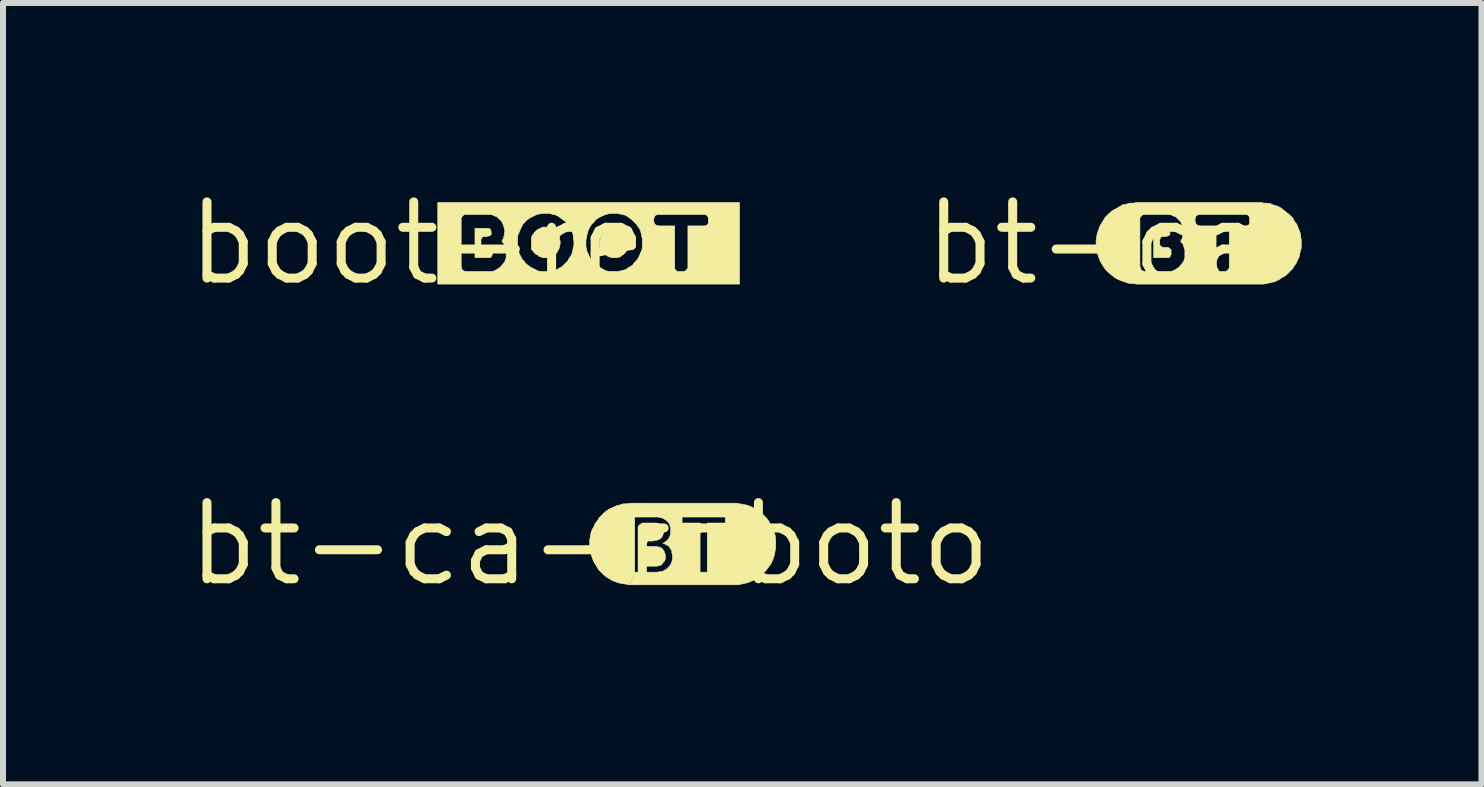
<source format=kicad_pcb>
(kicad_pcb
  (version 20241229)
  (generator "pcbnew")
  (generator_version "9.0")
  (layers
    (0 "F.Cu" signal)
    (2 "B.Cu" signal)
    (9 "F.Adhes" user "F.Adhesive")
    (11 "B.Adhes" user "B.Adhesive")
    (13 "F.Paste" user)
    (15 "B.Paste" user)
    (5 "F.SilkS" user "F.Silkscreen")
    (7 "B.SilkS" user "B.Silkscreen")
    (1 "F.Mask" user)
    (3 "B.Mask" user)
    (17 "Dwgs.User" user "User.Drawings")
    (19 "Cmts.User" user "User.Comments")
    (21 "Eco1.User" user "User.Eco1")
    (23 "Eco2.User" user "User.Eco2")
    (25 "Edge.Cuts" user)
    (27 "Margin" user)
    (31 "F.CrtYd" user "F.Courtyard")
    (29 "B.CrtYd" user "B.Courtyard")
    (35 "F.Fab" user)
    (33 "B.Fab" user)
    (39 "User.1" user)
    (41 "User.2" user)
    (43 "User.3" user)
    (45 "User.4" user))
  (footprint "boot-re"
    (layer "F.Cu")
    (at 3.908 1.006)
    (property "Reference" "boot-re" (at 0 0 0) (layer "F.SilkS") (effects (font (size 1.27 1.27) (thickness 0.15))))
    (attr board_only exclude_from_pos_files exclude_from_bom)
    (fp_poly (pts (xy 1.25 0.16) (xy 1.25 0.13) (xy 1.25 0.11) (xy 1.24 0.1) (xy 1.23 0.09) (xy 1.22 0.08) (xy 1.2 0.07) (xy 1.17 0.07) (xy 1.12 0.07) (xy 1.1 0.06) (xy 1.09 0.06) (xy 1.08 0.05) (xy 1.07 0.04) (xy 1.06 0.02) (xy 1.06 0) (xy 1.06 -0.03) (xy 1.06 -0.06) (xy 1.07 -0.08) (xy 1.08 -0.1) (xy 1.09 -0.11) (xy 1.11 -0.11) (xy 1.14 -0.11) (xy 1.18 -0.12) (xy 1.19 -0.12) (xy 1.21 -0.13) (xy 1.22 -0.14) (xy 1.23 -0.14) (xy 1.23 -0.2) (xy 1.22 -0.21) (xy 1.22 -0.23) (xy 1.21 -0.24) (xy 1.2 -0.24) (xy 1.18 -0.25) (xy 1.16 -0.25) (xy 0.96 -0.25) (xy 0.96 0.24) (xy 1.17 0.24) (xy 1.2 0.24) (xy 1.23 0.23) (xy 1.23 0.22) (xy 1.24 0.21) (xy 1.25 0.19) (xy 1.25 0.16)) (stroke (width 0.01) (type solid)) (fill yes) (layer "F.SilkS"))
    (fp_poly (pts (xy 1.9 0.1) (xy 1.97 0.18) (xy 2 0.19) (xy 2.03 0.22) (xy 2.07 0.23) (xy 2.09 0.24) (xy 2.11 0.24) (xy 2.14 0.24) (xy 2.16 0.24) (xy 2.18 0.24) (xy 2.21 0.23) (xy 2.23 0.23) (xy 2.25 0.22) (xy 2.27 0.2) (xy 2.29 0.19) (xy 2.31 0.17) (xy 2.33 0.15) (xy 2.34 0.13) (xy 2.35 0.11) (xy 2.36 0.09) (xy 2.37 0.07) (xy 2.37 0.04) (xy 2.38 0.02) (xy 2.38 -0.01) (xy 2.38 -0.04) (xy 2.37 -0.07) (xy 2.37 -0.1) (xy 2.36 -0.12) (xy 2.35 -0.14) (xy 2.33 -0.16) (xy 2.32 -0.18) (xy 2.29 -0.21) (xy 2.25 -0.24) (xy 2.23 -0.25) (xy 2.2 -0.26) (xy 2.18 -0.27) (xy 2.16 -0.27) (xy 2.14 -0.27) (xy 2.11 -0.27) (xy 2.09 -0.27) (xy 2.07 -0.26) (xy 2.03 -0.24) (xy 1.99 -0.22) (xy 1.96 -0.19) (xy 1.93 -0.15) (xy 1.91 -0.12) (xy 1.9 -0.08) (xy 1.9 -0.04) (xy 1.9 0.1)) (stroke (width 0.01) (type solid)) (fill yes) (layer "F.SilkS"))
    (fp_poly (pts (xy 3.04 0.1) (xy 3.12 0.18) (xy 3.14 0.19) (xy 3.18 0.22) (xy 3.21 0.23) (xy 3.24 0.24) (xy 3.26 0.24) (xy 3.28 0.24) (xy 3.31 0.24) (xy 3.33 0.24) (xy 3.35 0.23) (xy 3.37 0.23) (xy 3.39 0.22) (xy 3.41 0.2) (xy 3.43 0.19) (xy 3.45 0.17) (xy 3.47 0.15) (xy 3.48 0.13) (xy 3.5 0.11) (xy 3.5 0.09) (xy 3.51 0.07) (xy 3.52 0.04) (xy 3.52 0.02) (xy 3.52 -0.01) (xy 3.52 -0.04) (xy 3.52 -0.07) (xy 3.51 -0.1) (xy 3.5 -0.12) (xy 3.49 -0.14) (xy 3.48 -0.16) (xy 3.47 -0.18) (xy 3.43 -0.21) (xy 3.39 -0.24) (xy 3.37 -0.25) (xy 3.35 -0.26) (xy 3.33 -0.27) (xy 3.31 -0.27) (xy 3.28 -0.27) (xy 3.26 -0.27) (xy 3.24 -0.27) (xy 3.22 -0.26) (xy 3.18 -0.24) (xy 3.14 -0.22) (xy 3.1 -0.19) (xy 3.08 -0.15) (xy 3.06 -0.12) (xy 3.05 -0.08) (xy 3.04 -0.04) (xy 3.04 0.1)) (stroke (width 0.01) (type solid)) (fill yes) (layer "F.SilkS"))
    (fp_poly (pts (xy 0.68 -0.68) (xy 0.34 -0.68) (xy 0.34 0.68) (xy 5.37 0.68) (xy 5.37 -0.68) (xy 0.68 -0.68) (xy 0.77 -0.47) (xy 0.79 -0.48) (xy 0.83 -0.48) (xy 1.19 -0.48) (xy 1.23 -0.48) (xy 1.26 -0.47) (xy 1.3 -0.45) (xy 1.33 -0.44) (xy 1.35 -0.42) (xy 1.37 -0.4) (xy 1.41 -0.36) (xy 1.42 -0.33) (xy 1.43 -0.31) (xy 1.44 -0.28) (xy 1.45 -0.25) (xy 1.45 -0.23) (xy 1.46 -0.2) (xy 1.45 -0.17) (xy 1.45 -0.14) (xy 1.44 -0.11) (xy 1.44 -0.08) (xy 1.42 -0.06) (xy 1.41 -0.03) (xy 1.43 -0.01) (xy 1.45 0.02) (xy 1.46 0.05) (xy 1.47 0.08) (xy 1.48 0.11) (xy 1.68 0.1) (xy 1.67 0.05) (xy 1.67 0) (xy 1.67 -0.05) (xy 1.67 -0.1) (xy 1.68 -0.15) (xy 1.7 -0.19) (xy 1.72 -0.24) (xy 1.74 -0.28) (xy 1.76 -0.32) (xy 1.79 -0.35) (xy 1.83 -0.39) (xy 1.87 -0.42) (xy 1.91 -0.44) (xy 1.95 -0.46) (xy 1.99 -0.48) (xy 2.04 -0.49) (xy 2.08 -0.5) (xy 2.13 -0.5) (xy 2.18 -0.5) (xy 2.23 -0.49) (xy 2.27 -0.48) (xy 2.31 -0.47) (xy 2.35 -0.45) (xy 2.39 -0.42) (xy 2.43 -0.39) (xy 2.47 -0.36) (xy 2.5 -0.32) (xy 2.53 -0.29) (xy 2.55 -0.25) (xy 2.57 -0.21) (xy 2.59 -0.17) (xy 2.6 -0.12) (xy 2.6 -0.08) (xy 2.61 -0.03) (xy 2.81 0) (xy 2.81 -0.05) (xy 2.82 -0.1) (xy 2.83 -0.15) (xy 2.84 -0.19) (xy 2.86 -0.24) (xy 2.88 -0.28) (xy 2.91 -0.32) (xy 2.94 -0.35) (xy 2.97 -0.39) (xy 3.01 -0.42) (xy 3.05 -0.44) (xy 3.09 -0.46) (xy 3.14 -0.48) (xy 3.18 -0.49) (xy 3.23 -0.5) (xy 3.28 -0.5) (xy 3.33 -0.5) (xy 3.37 -0.49) (xy 3.42 -0.48) (xy 3.46 -0.47) (xy 3.5 -0.45) (xy 3.54 -0.42) (xy 3.58 -0.39) (xy 3.61 -0.36) (xy 3.65 -0.32) (xy 3.67 -0.29) (xy 3.7 -0.25) (xy 3.72 -0.21) (xy 3.95 -0.33) (xy 3.95 -0.34) (xy 3.94 -0.36) (xy 3.94 -0.38) (xy 3.94 -0.41) (xy 3.95 -0.43) (xy 3.95 -0.44) (xy 3.96 -0.46) (xy 3.98 -0.47) (xy 4 -0.48) (xy 4.04 -0.48) (xy 4.77 -0.48) (xy 4.8 -0.48) (xy 4.82 -0.47) (xy 4.83 -0.46) (xy 4.84 -0.45) (xy 4.85 -0.43) (xy 4.85 -0.4) (xy 4.85 -0.36) (xy 4.85 -0.33) (xy 4.84 -0.32) (xy 4.84 -0.31) (xy 4.82 -0.3) (xy 4.79 -0.29) (xy 4.76 -0.29) (xy 4.51 -0.29) (xy 4.51 0.38) (xy 4.51 0.41) (xy 4.49 0.44) (xy 4.48 0.45) (xy 4.47 0.46) (xy 4.44 0.47) (xy 4.41 0.47) (xy 4.37 0.47) (xy 4.33 0.47) (xy 4.32 0.46) (xy 4.31 0.45) (xy 4.3 0.44) (xy 4.29 0.42) (xy 4.29 0.41) (xy 4.29 -0.29) (xy 4.02 -0.29) (xy 3.99 -0.3) (xy 3.98 -0.3) (xy 3.97 -0.31) (xy 3.96 -0.32) (xy 3.95 -0.33) (xy 3.72 -0.21) (xy 3.73 -0.17) (xy 3.74 -0.12) (xy 3.75 -0.08) (xy 3.75 -0.03) (xy 3.75 0.02) (xy 3.75 0.07) (xy 3.74 0.12) (xy 3.72 0.16) (xy 3.7 0.21) (xy 3.68 0.25) (xy 3.65 0.29) (xy 3.62 0.32) (xy 3.59 0.36) (xy 3.55 0.39) (xy 3.51 0.41) (xy 3.47 0.44) (xy 3.43 0.45) (xy 3.39 0.46) (xy 3.34 0.47) (xy 3.29 0.47) (xy 3.24 0.47) (xy 3.2 0.47) (xy 3.15 0.46) (xy 3.11 0.44) (xy 3.07 0.42) (xy 3.03 0.4) (xy 2.99 0.37) (xy 2.96 0.34) (xy 2.92 0.3) (xy 2.89 0.27) (xy 2.87 0.23) (xy 2.85 0.18) (xy 2.83 0.14) (xy 2.82 0.1) (xy 2.81 0.05) (xy 2.81 0) (xy 2.61 -0.03) (xy 2.61 0.02) (xy 2.6 0.07) (xy 2.59 0.12) (xy 2.58 0.16) (xy 2.56 0.21) (xy 2.53 0.25) (xy 2.51 0.29) (xy 2.48 0.32) (xy 2.44 0.36) (xy 2.41 0.39) (xy 2.37 0.41) (xy 2.33 0.44) (xy 2.29 0.45) (xy 2.24 0.46) (xy 2.2 0.47) (xy 2.15 0.47) (xy 2.1 0.47) (xy 2.05 0.47) (xy 2.01 0.46) (xy 1.97 0.44) (xy 1.93 0.42) (xy 1.89 0.4) (xy 1.85 0.37) (xy 1.81 0.34) (xy 1.78 0.3) (xy 1.75 0.27) (xy 1.73 0.23) (xy 1.7 0.18) (xy 1.69 0.14) (xy 1.68 0.1) (xy 1.48 0.11) (xy 1.48 0.14) (xy 1.48 0.18) (xy 1.48 0.21) (xy 1.48 0.24) (xy 1.47 0.27) (xy 1.46 0.3) (xy 1.44 0.33) (xy 1.42 0.35) (xy 1.4 0.38) (xy 1.38 0.4) (xy 1.35 0.42) (xy 1.32 0.44) (xy 1.28 0.46) (xy 1.24 0.47) (xy 1.2 0.47) (xy 0.82 0.47) (xy 0.8 0.47) (xy 0.77 0.46) (xy 0.76 0.45) (xy 0.75 0.44) (xy 0.74 0.43) (xy 0.74 0.42) (xy 0.73 0.37) (xy 0.73 -0.41) (xy 0.73 -0.42) (xy 0.74 -0.44) (xy 0.75 -0.45) (xy 0.76 -0.46) (xy 0.77 -0.47) (xy 0.68 -0.68)) (stroke (width 0.01) (type solid)) (fill yes) (layer "F.SilkS")))
  (footprint "bt-ca-roboto"
    (layer "F.Cu")
    (at 6.781 6.019)
    (property "Reference" "bt-ca-roboto" (at 0 0 0) (layer "F.SilkS") (effects (font (size 1.27 1.27) (thickness 0.15))))
    (attr board_only exclude_from_pos_files exclude_from_bom)
    (fp_poly (pts (xy 0.87 -0.05) (xy 1.06 -0.05) (xy 1.09 -0.06) (xy 1.11 -0.06) (xy 1.14 -0.07) (xy 1.16 -0.08) (xy 1.18 -0.09) (xy 1.2 -0.11) (xy 1.21 -0.13) (xy 1.22 -0.15) (xy 1.23 -0.18) (xy 1.23 -0.21) (xy 1.23 -0.24) (xy 1.22 -0.27) (xy 1.21 -0.29) (xy 1.19 -0.31) (xy 1.17 -0.33) (xy 1.14 -0.34) (xy 1.11 -0.35) (xy 1.06 -0.35) (xy 0.87 -0.35) (xy 0.87 -0.05)) (stroke (width 0.01) (type solid)) (fill yes) (layer "F.SilkS"))
    (fp_poly (pts (xy 0.87 0.04) (xy 0.87 0.37) (xy 1.08 0.37) (xy 1.12 0.37) (xy 1.16 0.36) (xy 1.19 0.35) (xy 1.21 0.33) (xy 1.23 0.3) (xy 1.25 0.28) (xy 1.26 0.25) (xy 1.26 0.22) (xy 1.26 0.18) (xy 1.25 0.15) (xy 1.24 0.12) (xy 1.22 0.09) (xy 1.2 0.07) (xy 1.18 0.06) (xy 1.16 0.05) (xy 1.14 0.05) (xy 1.11 0.04) (xy 1.08 0.04) (xy 0.87 0.04)) (stroke (width 0.01) (type solid)) (fill yes) (layer "F.SilkS"))
    (fp_poly (pts (xy 0.68 -0.68) (xy 0.62 -0.67) (xy 0.56 -0.67) (xy 0.5 -0.65) (xy 0.45 -0.64) (xy 0.39 -0.61) (xy 0.34 -0.59) (xy 0.29 -0.56) (xy 0.24 -0.52) (xy 0.2 -0.48) (xy 0.16 -0.44) (xy 0.13 -0.39) (xy 0.09 -0.34) (xy 0.07 -0.29) (xy 0.04 -0.24) (xy 0.02 -0.18) (xy 0.01 -0.12) (xy 0 -0.07) (xy 0 -0.01) (xy 0 0.05) (xy 0.01 0.11) (xy 0.02 0.17) (xy 0.04 0.22) (xy 0.06 0.28) (xy 0.09 0.33) (xy 0.12 0.38) (xy 0.15 0.43) (xy 0.19 0.47) (xy 0.23 0.51) (xy 0.28 0.55) (xy 0.33 0.58) (xy 0.38 0.61) (xy 0.43 0.63) (xy 0.49 0.65) (xy 0.55 0.66) (xy 0.61 0.67) (xy 0.66 0.68) (xy 0.75 0.47) (xy 0.75 -0.45) (xy 1.05 -0.45) (xy 1.1 -0.45) (xy 1.14 -0.45) (xy 1.18 -0.44) (xy 1.22 -0.43) (xy 1.25 -0.41) (xy 1.27 -0.4) (xy 1.29 -0.38) (xy 1.3 -0.37) (xy 1.32 -0.35) (xy 1.33 -0.33) (xy 1.34 -0.3) (xy 1.54 -0.35) (xy 1.54 -0.45) (xy 2.26 -0.45) (xy 2.26 -0.35) (xy 1.96 -0.35) (xy 1.96 0.47) (xy 1.84 0.47) (xy 1.84 -0.35) (xy 1.55 -0.35) (xy 1.34 -0.3) (xy 1.35 -0.28) (xy 1.35 -0.25) (xy 1.35 -0.21) (xy 1.35 -0.18) (xy 1.34 -0.14) (xy 1.33 -0.11) (xy 1.31 -0.08) (xy 1.28 -0.05) (xy 1.25 -0.03) (xy 1.22 -0.01) (xy 1.24 -0.01) (xy 1.27 0.01) (xy 1.29 0.02) (xy 1.31 0.03) (xy 1.33 0.05) (xy 1.34 0.07) (xy 1.36 0.1) (xy 1.37 0.12) (xy 1.37 0.15) (xy 1.38 0.18) (xy 1.38 0.2) (xy 1.38 0.24) (xy 1.38 0.26) (xy 1.37 0.29) (xy 1.36 0.32) (xy 1.35 0.34) (xy 1.34 0.36) (xy 1.32 0.38) (xy 1.3 0.4) (xy 1.28 0.42) (xy 1.26 0.43) (xy 1.23 0.45) (xy 1.2 0.46) (xy 1.17 0.46) (xy 1.13 0.47) (xy 1.09 0.47) (xy 0.75 0.47) (xy 0.67 0.68) (xy 2.43 0.68) (xy 2.48 0.68) (xy 2.52 0.67) (xy 2.57 0.66) (xy 2.61 0.65) (xy 2.65 0.64) (xy 2.69 0.62) (xy 2.74 0.6) (xy 2.77 0.58) (xy 2.81 0.56) (xy 2.85 0.53) (xy 2.88 0.5) (xy 2.91 0.47) (xy 2.94 0.44) (xy 2.97 0.4) (xy 3 0.36) (xy 3.02 0.33) (xy 3.04 0.29) (xy 3.06 0.24) (xy 3.08 0.18) (xy 3.09 0.12) (xy 3.1 0.05) (xy 3.1 -0.02) (xy 3.1 -0.08) (xy 3.09 -0.15) (xy 3.07 -0.21) (xy 3.04 -0.27) (xy 3.01 -0.33) (xy 2.98 -0.39) (xy 2.94 -0.44) (xy 2.89 -0.49) (xy 2.84 -0.53) (xy 2.79 -0.57) (xy 2.73 -0.6) (xy 2.67 -0.63) (xy 2.61 -0.65) (xy 2.56 -0.66) (xy 2.5 -0.67) (xy 2.44 -0.68) (xy 0.68 -0.68)) (stroke (width 0.01) (type solid)) (fill yes) (layer "F.SilkS")))
  (footprint "bt-ca"
    (layer "F.Cu")
    (at 15.223 1.006)
    (property "Reference" "bt-ca" (at 0 0 0) (layer "F.SilkS") (effects (font (size 1.27 1.27) (thickness 0.15))))
    (attr board_only exclude_from_pos_files exclude_from_bom)
    (fp_poly (pts (xy 1.25 0.16) (xy 1.25 0.13) (xy 1.25 0.11) (xy 1.24 0.1) (xy 1.23 0.09) (xy 1.22 0.08) (xy 1.2 0.07) (xy 1.17 0.07) (xy 1.12 0.07) (xy 1.1 0.06) (xy 1.09 0.06) (xy 1.08 0.05) (xy 1.07 0.04) (xy 1.06 0.02) (xy 1.06 0) (xy 1.06 -0.03) (xy 1.06 -0.06) (xy 1.07 -0.08) (xy 1.08 -0.1) (xy 1.09 -0.11) (xy 1.11 -0.11) (xy 1.14 -0.11) (xy 1.18 -0.12) (xy 1.19 -0.12) (xy 1.21 -0.13) (xy 1.22 -0.14) (xy 1.23 -0.14) (xy 1.23 -0.2) (xy 1.22 -0.21) (xy 1.22 -0.23) (xy 1.21 -0.24) (xy 1.2 -0.24) (xy 1.18 -0.25) (xy 1.16 -0.25) (xy 0.96 -0.25) (xy 0.96 0.24) (xy 1.17 0.24) (xy 1.2 0.24) (xy 1.23 0.23) (xy 1.23 0.22) (xy 1.24 0.21) (xy 1.25 0.19) (xy 1.25 0.16)) (stroke (width 0.01) (type solid)) (fill yes) (layer "F.SilkS"))
    (fp_poly (pts (xy 0.68 -0.68) (xy 0.62 -0.67) (xy 0.56 -0.67) (xy 0.5 -0.65) (xy 0.44 -0.64) (xy 0.39 -0.61) (xy 0.34 -0.58) (xy 0.28 -0.55) (xy 0.24 -0.52) (xy 0.19 -0.47) (xy 0.15 -0.43) (xy 0.12 -0.38) (xy 0.09 -0.33) (xy 0.06 -0.28) (xy 0.04 -0.22) (xy 0.02 -0.17) (xy 0.01 -0.11) (xy 0 -0.05) (xy 0 0.01) (xy 0 0.07) (xy 0.01 0.13) (xy 0.03 0.19) (xy 0.05 0.25) (xy 0.07 0.3) (xy 0.1 0.35) (xy 0.13 0.4) (xy 0.17 0.45) (xy 0.21 0.49) (xy 0.26 0.53) (xy 0.31 0.57) (xy 0.36 0.6) (xy 0.41 0.62) (xy 0.47 0.64) (xy 0.52 0.66) (xy 0.57 0.67) (xy 0.62 0.67) (xy 0.67 0.68) (xy 2.75 0.68) (xy 2.79 0.68) (xy 2.84 0.67) (xy 2.89 0.66) (xy 2.93 0.65) (xy 2.98 0.64) (xy 3.02 0.62) (xy 3.06 0.6) (xy 3.1 0.57) (xy 3.14 0.55) (xy 3.18 0.52) (xy 3.21 0.49) (xy 3.25 0.45) (xy 3.28 0.42) (xy 3.3 0.38) (xy 3.33 0.34) (xy 3.35 0.3) (xy 3.37 0.26) (xy 3.39 0.21) (xy 3.4 0.15) (xy 3.42 0.08) (xy 3.42 0.02) (xy 3.42 -0.05) (xy 3.41 -0.12) (xy 3.4 -0.18) (xy 3.37 -0.25) (xy 3.35 -0.31) (xy 3.31 -0.36) (xy 3.28 -0.42) (xy 3.23 -0.47) (xy 3.18 -0.51) (xy 3.13 -0.55) (xy 3.08 -0.59) (xy 3.02 -0.62) (xy 2.95 -0.64) (xy 2.91 -0.66) (xy 2.85 -0.67) (xy 2.8 -0.67) (xy 2.75 -0.68) (xy 0.68 -0.68) (xy 0.77 -0.47) (xy 0.79 -0.48) (xy 0.83 -0.48) (xy 1.19 -0.48) (xy 1.23 -0.48) (xy 1.26 -0.47) (xy 1.3 -0.45) (xy 1.33 -0.44) (xy 1.35 -0.42) (xy 1.37 -0.4) (xy 1.41 -0.36) (xy 1.42 -0.33) (xy 1.43 -0.31) (xy 1.44 -0.28) (xy 1.66 -0.34) (xy 1.65 -0.36) (xy 1.65 -0.38) (xy 1.65 -0.41) (xy 1.66 -0.43) (xy 1.66 -0.44) (xy 1.67 -0.46) (xy 1.69 -0.47) (xy 1.71 -0.48) (xy 1.75 -0.48) (xy 2.48 -0.48) (xy 2.51 -0.48) (xy 2.53 -0.47) (xy 2.54 -0.46) (xy 2.55 -0.45) (xy 2.56 -0.43) (xy 2.56 -0.4) (xy 2.56 -0.36) (xy 2.56 -0.33) (xy 2.55 -0.32) (xy 2.55 -0.31) (xy 2.53 -0.3) (xy 2.5 -0.29) (xy 2.48 -0.29) (xy 2.22 -0.29) (xy 2.22 0.38) (xy 2.22 0.41) (xy 2.2 0.44) (xy 2.19 0.45) (xy 2.18 0.46) (xy 2.16 0.47) (xy 2.12 0.47) (xy 2.08 0.47) (xy 2.05 0.47) (xy 2.03 0.46) (xy 2.02 0.45) (xy 2.01 0.44) (xy 2 0.42) (xy 2 0.41) (xy 2 -0.29) (xy 1.73 -0.29) (xy 1.7 -0.3) (xy 1.69 -0.3) (xy 1.68 -0.31) (xy 1.67 -0.32) (xy 1.66 -0.33) (xy 1.66 -0.34) (xy 1.44 -0.28) (xy 1.45 -0.25) (xy 1.45 -0.23) (xy 1.46 -0.2) (xy 1.45 -0.17) (xy 1.45 -0.14) (xy 1.44 -0.11) (xy 1.44 -0.08) (xy 1.42 -0.06) (xy 1.41 -0.03) (xy 1.43 -0.01) (xy 1.45 0.02) (xy 1.46 0.05) (xy 1.47 0.08) (xy 1.48 0.11) (xy 1.48 0.14) (xy 1.48 0.18) (xy 1.48 0.21) (xy 1.48 0.24) (xy 1.47 0.27) (xy 1.46 0.3) (xy 1.44 0.33) (xy 1.42 0.35) (xy 1.4 0.38) (xy 1.38 0.4) (xy 1.35 0.42) (xy 1.32 0.44) (xy 1.28 0.46) (xy 1.24 0.47) (xy 1.2 0.47) (xy 0.82 0.47) (xy 0.8 0.47) (xy 0.78 0.46) (xy 0.76 0.45) (xy 0.75 0.44) (xy 0.74 0.43) (xy 0.74 0.42) (xy 0.73 0.37) (xy 0.73 -0.41) (xy 0.73 -0.42) (xy 0.74 -0.44) (xy 0.75 -0.45) (xy 0.76 -0.46) (xy 0.77 -0.47) (xy 0.68 -0.68)) (stroke (width 0.01) (type solid)) (fill yes) (layer "F.SilkS")))
  (gr_rect
    (start -3 -3)
    (end 21.648 10.025)
    (stroke (width 0.1) (type default))
    (fill no)
    (layer "Edge.Cuts")))
</source>
